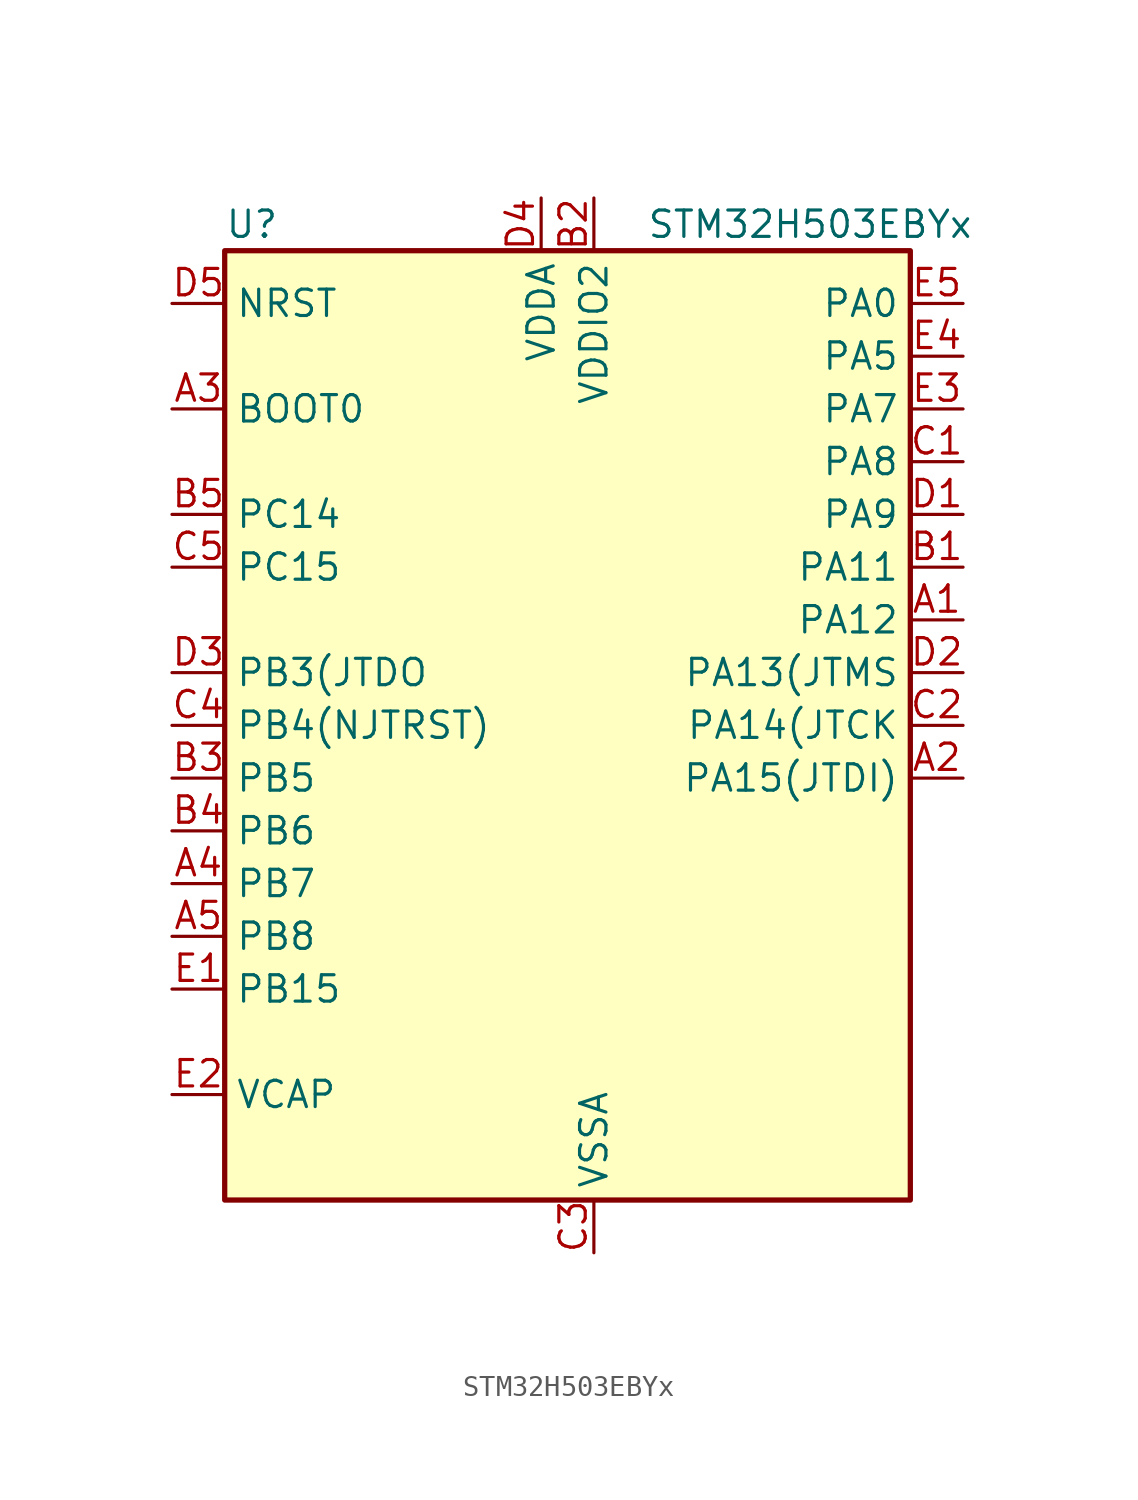
<source format=kicad_sym>
(kicad_symbol_lib
  (version 20231120)
  (generator "kicad-library-utils")
  (generator_version "8.0")
  (symbol "STM32H503EBYx"
    (property "Reference" "U"
      (at -15.24 24.13 0)
      (effects (font (size 1.27 1.27)) (justify left)))
    (property "Value" "STM32H503EBYx"
      (at 5.08 24.13 0)
      (effects (font (size 1.27 1.27)) (justify left)))
    (symbol "STM32H503EBYx_0_1"
      (rectangle (start -15.24 -22.86) (end 17.78 22.86) (stroke (width 0.254) (type default)) (fill (type background))))
    (symbol "STM32H503EBYx_1_1"
      (pin bidirectional line (at 20.32 5.08 180) (length 2.54) (name "PA12" (effects (font (size 1.27 1.27)))) (number "A1" (effects (font (size 1.27 1.27)))) (alternate "DEBUG_TRACED3" bidirectional line) (alternate "FDCAN1_TX" bidirectional line) (alternate "I2S2_CK" bidirectional line) (alternate "LPUART1_RTS" bidirectional line) (alternate "SPI2_RDY" bidirectional line) (alternate "SPI2_SCK" bidirectional line) (alternate "TIM1_ETR" bidirectional line) (alternate "TIM2_CH4" bidirectional line) (alternate "TIM3_CH4" bidirectional line) (alternate "USART1_RTS" bidirectional line) (alternate "USART1_TX" bidirectional line) (alternate "USART2_TX" bidirectional line) (alternate "USART3_RX" bidirectional line) (alternate "USB_DP" bidirectional line))
      (pin bidirectional line (at 20.32 -2.54 180) (length 2.54) (name "PA15(JTDI)" (effects (font (size 1.27 1.27)))) (number "A2" (effects (font (size 1.27 1.27)))) (alternate "ADC1_EXTI15" bidirectional line) (alternate "DEBUG_JTDI" bidirectional line) (alternate "I2S1_WS" bidirectional line) (alternate "I2S2_SDI" bidirectional line) (alternate "I2S3_CK" bidirectional line) (alternate "I2S3_WS" bidirectional line) (alternate "LPTIM1_IN2" bidirectional line) (alternate "LPTIM2_CH1" bidirectional line) (alternate "SPI1_NSS" bidirectional line) (alternate "SPI2_MISO" bidirectional line) (alternate "SPI3_NSS" bidirectional line) (alternate "SPI3_SCK" bidirectional line) (alternate "TIM2_CH1" bidirectional line) (alternate "TIM2_ETR" bidirectional line) (alternate "USART1_CTS" bidirectional line) (alternate "USART1_NSS" bidirectional line) (alternate "USART2_CK" bidirectional line) (alternate "USART2_RTS" bidirectional line) (alternate "USART2_RX" bidirectional line) (alternate "USART3_RX" bidirectional line))
      (pin input line (at -17.78 15.24 0) (length 2.54) (name "BOOT0" (effects (font (size 1.27 1.27)))) (number "A3" (effects (font (size 1.27 1.27)))))
      (pin bidirectional line (at -17.78 -7.62 0) (length 2.54) (name "PB7" (effects (font (size 1.27 1.27)))) (number "A4" (effects (font (size 1.27 1.27)))) (alternate "AUDIOCLK" bidirectional line) (alternate "DEBUG_TRACED1" bidirectional line) (alternate "FDCAN1_TX" bidirectional line) (alternate "I2C1_SDA" bidirectional line) (alternate "I2C2_SMBA" bidirectional line) (alternate "I2S3_CK" bidirectional line) (alternate "I2S3_MCK" bidirectional line) (alternate "I3C1_SDA" bidirectional line) (alternate "LPUART1_RX" bidirectional line) (alternate "PWR_WKUP5" bidirectional line) (alternate "SPI3_SCK" bidirectional line) (alternate "TIM1_CH1" bidirectional line) (alternate "TIM1_CH2N" bidirectional line) (alternate "TIM3_ETR" bidirectional line) (alternate "USART1_RX" bidirectional line) (alternate "USART3_TX" bidirectional line))
      (pin bidirectional line (at -17.78 -10.16 0) (length 2.54) (name "PB8" (effects (font (size 1.27 1.27)))) (number "A5" (effects (font (size 1.27 1.27)))) (alternate "DEBUG_TRACED2" bidirectional line) (alternate "FDCAN1_RX" bidirectional line) (alternate "I2C1_SCL" bidirectional line) (alternate "I2C2_SDA" bidirectional line) (alternate "I2C2_SMBA" bidirectional line) (alternate "I2S1_WS" bidirectional line) (alternate "I2S2_MCK" bidirectional line) (alternate "I3C1_SCL" bidirectional line) (alternate "I3C2_SDA" bidirectional line) (alternate "LPTIM1_CH2" bidirectional line) (alternate "LPTIM2_CH1" bidirectional line) (alternate "SPI1_NSS" bidirectional line) (alternate "SPI2_RDY" bidirectional line) (alternate "TIM1_BKIN2" bidirectional line) (alternate "USART1_CK" bidirectional line) (alternate "USART3_RX" bidirectional line))
      (pin bidirectional line (at 20.32 7.62 180) (length 2.54) (name "PA11" (effects (font (size 1.27 1.27)))) (number "B1" (effects (font (size 1.27 1.27)))) (alternate "ADC1_EXTI11" bidirectional line) (alternate "DEBUG_TRGIO" bidirectional line) (alternate "FDCAN1_RX" bidirectional line) (alternate "I2S2_WS" bidirectional line) (alternate "LPTIM2_CH2" bidirectional line) (alternate "LPUART1_CTS" bidirectional line) (alternate "SPI2_NSS" bidirectional line) (alternate "SPI3_RDY" bidirectional line) (alternate "TIM1_CH4" bidirectional line) (alternate "TIM3_CH2" bidirectional line) (alternate "USART1_CTS" bidirectional line) (alternate "USART1_NSS" bidirectional line) (alternate "USART1_RX" bidirectional line) (alternate "USART2_RX" bidirectional line) (alternate "USART3_RTS" bidirectional line) (alternate "USB_DM" bidirectional line))
      (pin power_in line (at 2.54 25.4 270) (length 2.54) (name "VDDIO2" (effects (font (size 1.27 1.27)))) (number "B2" (effects (font (size 1.27 1.27)))))
      (pin bidirectional line (at -17.78 -2.54 0) (length 2.54) (name "PB5" (effects (font (size 1.27 1.27)))) (number "B3" (effects (font (size 1.27 1.27)))) (alternate "DEBUG_TRACECLK" bidirectional line) (alternate "FDCAN1_RX" bidirectional line) (alternate "I2C1_SDA" bidirectional line) (alternate "I2C1_SMBA" bidirectional line) (alternate "I2C2_SCL" bidirectional line) (alternate "I2S1_SDO" bidirectional line) (alternate "I2S2_SDI" bidirectional line) (alternate "I2S3_SDO" bidirectional line) (alternate "I3C1_SDA" bidirectional line) (alternate "I3C2_SCL" bidirectional line) (alternate "LPTIM1_IN1" bidirectional line) (alternate "SPI1_MOSI" bidirectional line) (alternate "SPI2_MISO" bidirectional line) (alternate "SPI3_MOSI" bidirectional line) (alternate "TIM1_CH3" bidirectional line) (alternate "TIM3_CH2" bidirectional line) (alternate "USART2_RX" bidirectional line))
      (pin bidirectional line (at -17.78 -5.08 0) (length 2.54) (name "PB6" (effects (font (size 1.27 1.27)))) (number "B4" (effects (font (size 1.27 1.27)))) (alternate "DEBUG_TRACED0" bidirectional line) (alternate "FDCAN1_TX" bidirectional line) (alternate "I2C1_SCL" bidirectional line) (alternate "I2S1_MCK" bidirectional line) (alternate "I3C1_SCL" bidirectional line) (alternate "LPUART1_TX" bidirectional line) (alternate "SPI3_RDY" bidirectional line) (alternate "TIM1_CH2" bidirectional line) (alternate "TIM1_CH3N" bidirectional line) (alternate "TIM3_CH3" bidirectional line) (alternate "USART1_TX" bidirectional line) (alternate "USART2_CK" bidirectional line) (alternate "USART2_CTS" bidirectional line) (alternate "USART2_NSS" bidirectional line))
      (pin bidirectional line (at -17.78 10.16 0) (length 2.54) (name "PC14" (effects (font (size 1.27 1.27)))) (number "B5" (effects (font (size 1.27 1.27)))) (alternate "RCC_OSC32_IN" bidirectional line))
      (pin bidirectional line (at 20.32 12.7 180) (length 2.54) (name "PA8" (effects (font (size 1.27 1.27)))) (number "C1" (effects (font (size 1.27 1.27)))) (alternate "FDCAN1_RX" bidirectional line) (alternate "I2S1_CK" bidirectional line) (alternate "I2S2_SDO" bidirectional line) (alternate "I2S2_WS" bidirectional line) (alternate "LPTIM2_IN1" bidirectional line) (alternate "LPUART1_CTS" bidirectional line) (alternate "RCC_MCO_1" bidirectional line) (alternate "SPI1_RDY" bidirectional line) (alternate "SPI1_SCK" bidirectional line) (alternate "SPI2_MOSI" bidirectional line) (alternate "SPI2_NSS" bidirectional line) (alternate "TIM1_CH1" bidirectional line) (alternate "TIM1_CH4N" bidirectional line) (alternate "TIM3_CH3" bidirectional line) (alternate "USART1_CK" bidirectional line) (alternate "USART2_TX" bidirectional line) (alternate "USART3_TX" bidirectional line) (alternate "USB_SOF" bidirectional line))
      (pin bidirectional line (at 20.32 0 180) (length 2.54) (name "PA14(JTCK" (effects (font (size 1.27 1.27)))) (number "C2" (effects (font (size 1.27 1.27)))) (alternate "DEBUG_JTCK-SWCLK" bidirectional line) (alternate "LPTIM1_ETR" bidirectional line) (alternate "LPTIM2_CH1" bidirectional line) (alternate "LPUART1_RTS" bidirectional line) (alternate "TIM1_CH2" bidirectional line) (alternate "TIM1_CH4N" bidirectional line) (alternate "TIM3_CH1" bidirectional line) (alternate "USART1_TX" bidirectional line) (alternate "USART2_TX" bidirectional line))
      (pin power_in line (at 2.54 -25.4 90) (length 2.54) (name "VSSA" (effects (font (size 1.27 1.27)))) (number "C3" (effects (font (size 1.27 1.27)))))
      (pin bidirectional line (at -17.78 0 0) (length 2.54) (name "PB4(NJTRST)" (effects (font (size 1.27 1.27)))) (number "C4" (effects (font (size 1.27 1.27)))) (alternate "DEBUG_JTRST" bidirectional line) (alternate "FDCAN1_TX" bidirectional line) (alternate "I2C1_SMBA" bidirectional line) (alternate "I2C2_SDA" bidirectional line) (alternate "I2S1_SDI" bidirectional line) (alternate "I2S2_WS" bidirectional line) (alternate "I2S3_SDI" bidirectional line) (alternate "I3C2_SDA" bidirectional line) (alternate "LPTIM1_CH2" bidirectional line) (alternate "SPI1_MISO" bidirectional line) (alternate "SPI2_NSS" bidirectional line) (alternate "SPI3_MISO" bidirectional line) (alternate "TIM1_CH2" bidirectional line) (alternate "TIM1_CH4N" bidirectional line) (alternate "TIM3_CH1" bidirectional line) (alternate "USART2_TX" bidirectional line))
      (pin bidirectional line (at -17.78 7.62 0) (length 2.54) (name "PC15" (effects (font (size 1.27 1.27)))) (number "C5" (effects (font (size 1.27 1.27)))) (alternate "ADC1_EXTI15" bidirectional line) (alternate "RCC_OSC32_OUT" bidirectional line))
      (pin bidirectional line (at 20.32 10.16 180) (length 2.54) (name "PA9" (effects (font (size 1.27 1.27)))) (number "D1" (effects (font (size 1.27 1.27)))) (alternate "DAC1_EXTI9" bidirectional line) (alternate "DEBUG_TRACED2" bidirectional line) (alternate "I2S1_SDI" bidirectional line) (alternate "I2S2_CK" bidirectional line) (alternate "I2S3_SDO" bidirectional line) (alternate "LPUART1_TX" bidirectional line) (alternate "SPI1_MISO" bidirectional line) (alternate "SPI2_SCK" bidirectional line) (alternate "SPI3_MOSI" bidirectional line) (alternate "TIM1_CH2" bidirectional line) (alternate "USART1_TX" bidirectional line) (alternate "USART3_CK" bidirectional line))
      (pin bidirectional line (at 20.32 2.54 180) (length 2.54) (name "PA13(JTMS" (effects (font (size 1.27 1.27)))) (number "D2" (effects (font (size 1.27 1.27)))) (alternate "COMP1_OUT" bidirectional line) (alternate "DEBUG_JTMS-SWDIO" bidirectional line) (alternate "LPTIM1_CH1" bidirectional line) (alternate "LPUART1_CTS" bidirectional line) (alternate "TIM1_CH1" bidirectional line) (alternate "TIM1_ETR" bidirectional line) (alternate "USART1_RX" bidirectional line) (alternate "USART2_RX" bidirectional line))
      (pin bidirectional line (at -17.78 2.54 0) (length 2.54) (name "PB3(JTDO" (effects (font (size 1.27 1.27)))) (number "D3" (effects (font (size 1.27 1.27)))) (alternate "CRS_SYNC" bidirectional line) (alternate "DEBUG_JTDO-SWO" bidirectional line) (alternate "FDCAN1_RX" bidirectional line) (alternate "I2C1_SMBA" bidirectional line) (alternate "I2C2_SCL" bidirectional line) (alternate "I2C2_SDA" bidirectional line) (alternate "I2S1_CK" bidirectional line) (alternate "I2S2_MCK" bidirectional line) (alternate "I2S3_CK" bidirectional line) (alternate "I3C2_SCL" bidirectional line) (alternate "LPTIM1_CH1" bidirectional line) (alternate "SPI1_SCK" bidirectional line) (alternate "SPI3_SCK" bidirectional line) (alternate "TIM1_BKIN" bidirectional line) (alternate "TIM2_CH2" bidirectional line) (alternate "USART3_TX" bidirectional line))
      (pin power_in line (at 0 25.4 270) (length 2.54) (name "VDDA" (effects (font (size 1.27 1.27)))) (number "D4" (effects (font (size 1.27 1.27)))))
      (pin input line (at -17.78 20.32 0) (length 2.54) (name "NRST" (effects (font (size 1.27 1.27)))) (number "D5" (effects (font (size 1.27 1.27)))))
      (pin bidirectional line (at -17.78 -12.7 0) (length 2.54) (name "PB15" (effects (font (size 1.27 1.27)))) (number "E1" (effects (font (size 1.27 1.27)))) (alternate "ADC1_EXTI15" bidirectional line) (alternate "COMP1_OUT" bidirectional line) (alternate "FDCAN1_TX" bidirectional line) (alternate "I2S2_SDO" bidirectional line) (alternate "I2S3_MCK" bidirectional line) (alternate "I2S3_SDI" bidirectional line) (alternate "LPTIM1_CH1" bidirectional line) (alternate "LPTIM2_IN2" bidirectional line) (alternate "LPUART1_RX" bidirectional line) (alternate "PWR_PVD_IN" bidirectional line) (alternate "RTC_REFIN" bidirectional line) (alternate "SPI2_MOSI" bidirectional line) (alternate "SPI3_MISO" bidirectional line) (alternate "TIM1_CH3N" bidirectional line) (alternate "TIM3_CH4" bidirectional line) (alternate "USART1_RX" bidirectional line) (alternate "USART2_RTS" bidirectional line) (alternate "USART2_RX" bidirectional line) (alternate "USART3_CTS" bidirectional line) (alternate "USART3_NSS" bidirectional line))
      (pin power_out line (at -17.78 -17.78 0) (length 2.54) (name "VCAP" (effects (font (size 1.27 1.27)))) (number "E2" (effects (font (size 1.27 1.27)))))
      (pin bidirectional line (at 20.32 15.24 180) (length 2.54) (name "PA7" (effects (font (size 1.27 1.27)))) (number "E3" (effects (font (size 1.27 1.27)))) (alternate "ADC1_INN3" bidirectional line) (alternate "ADC1_INP7" bidirectional line) (alternate "AUDIOCLK" bidirectional line) (alternate "I2S1_MCK" bidirectional line) (alternate "I2S1_SDO" bidirectional line) (alternate "I2S2_MCK" bidirectional line) (alternate "I2S2_SDI" bidirectional line) (alternate "I2S3_MCK" bidirectional line) (alternate "LPTIM2_ETR" bidirectional line) (alternate "OPAMP1_VOUT" bidirectional line) (alternate "PWR_CSLEEP" bidirectional line) (alternate "SPI1_MOSI" bidirectional line) (alternate "SPI2_MISO" bidirectional line) (alternate "TIM1_CH1N" bidirectional line) (alternate "TIM2_CH3" bidirectional line) (alternate "TIM3_CH2" bidirectional line) (alternate "USART1_RTS" bidirectional line) (alternate "USART3_CK" bidirectional line) (alternate "USART3_RTS" bidirectional line))
      (pin bidirectional line (at 20.32 17.78 180) (length 2.54) (name "PA5" (effects (font (size 1.27 1.27)))) (number "E4" (effects (font (size 1.27 1.27)))) (alternate "ADC1_INN18" bidirectional line) (alternate "ADC1_INP19" bidirectional line) (alternate "COMP1_INM" bidirectional line) (alternate "DAC1_OUT2" bidirectional line) (alternate "I2S1_CK" bidirectional line) (alternate "I2S1_MCK" bidirectional line) (alternate "I2S2_CK" bidirectional line) (alternate "I2S3_SDO" bidirectional line) (alternate "LPTIM1_CH1" bidirectional line) (alternate "LPTIM1_ETR" bidirectional line) (alternate "LPTIM2_CH2" bidirectional line) (alternate "LPUART1_RTS" bidirectional line) (alternate "PWR_CSTOP" bidirectional line) (alternate "SPI1_SCK" bidirectional line) (alternate "SPI2_SCK" bidirectional line) (alternate "SPI3_MOSI" bidirectional line) (alternate "TIM2_CH1" bidirectional line) (alternate "TIM2_ETR" bidirectional line) (alternate "USART2_CTS" bidirectional line) (alternate "USART2_NSS" bidirectional line) (alternate "USART2_TX" bidirectional line) (alternate "USART3_RX" bidirectional line))
      (pin bidirectional line (at 20.32 20.32 180) (length 2.54) (name "PA0" (effects (font (size 1.27 1.27)))) (number "E5" (effects (font (size 1.27 1.27)))) (alternate "ADC1_INN1" bidirectional line) (alternate "ADC1_INP0" bidirectional line) (alternate "COMP1_INP" bidirectional line) (alternate "I2S1_SDI" bidirectional line) (alternate "I2S2_MCK" bidirectional line) (alternate "I2S3_WS" bidirectional line) (alternate "LPTIM1_ETR" bidirectional line) (alternate "LPTIM1_IN2" bidirectional line) (alternate "LPTIM2_ETR" bidirectional line) (alternate "OPAMP1_VINP" bidirectional line) (alternate "PWR_WKUP1" bidirectional line) (alternate "RTC_OUT2" bidirectional line) (alternate "SPI1_MISO" bidirectional line) (alternate "SPI3_NSS" bidirectional line) (alternate "SPI3_RDY" bidirectional line) (alternate "TAMP_IN2" bidirectional line) (alternate "TAMP_OUT1" bidirectional line) (alternate "TIM2_CH1" bidirectional line) (alternate "TIM2_ETR" bidirectional line) (alternate "TIM3_CH1" bidirectional line) (alternate "USART1_CTS" bidirectional line) (alternate "USART1_NSS" bidirectional line) (alternate "USART2_CTS" bidirectional line) (alternate "USART2_NSS" bidirectional line) (alternate "USART3_CK" bidirectional line) (alternate "USART3_CTS" bidirectional line) (alternate "USART3_NSS" bidirectional line)))))
</source>
